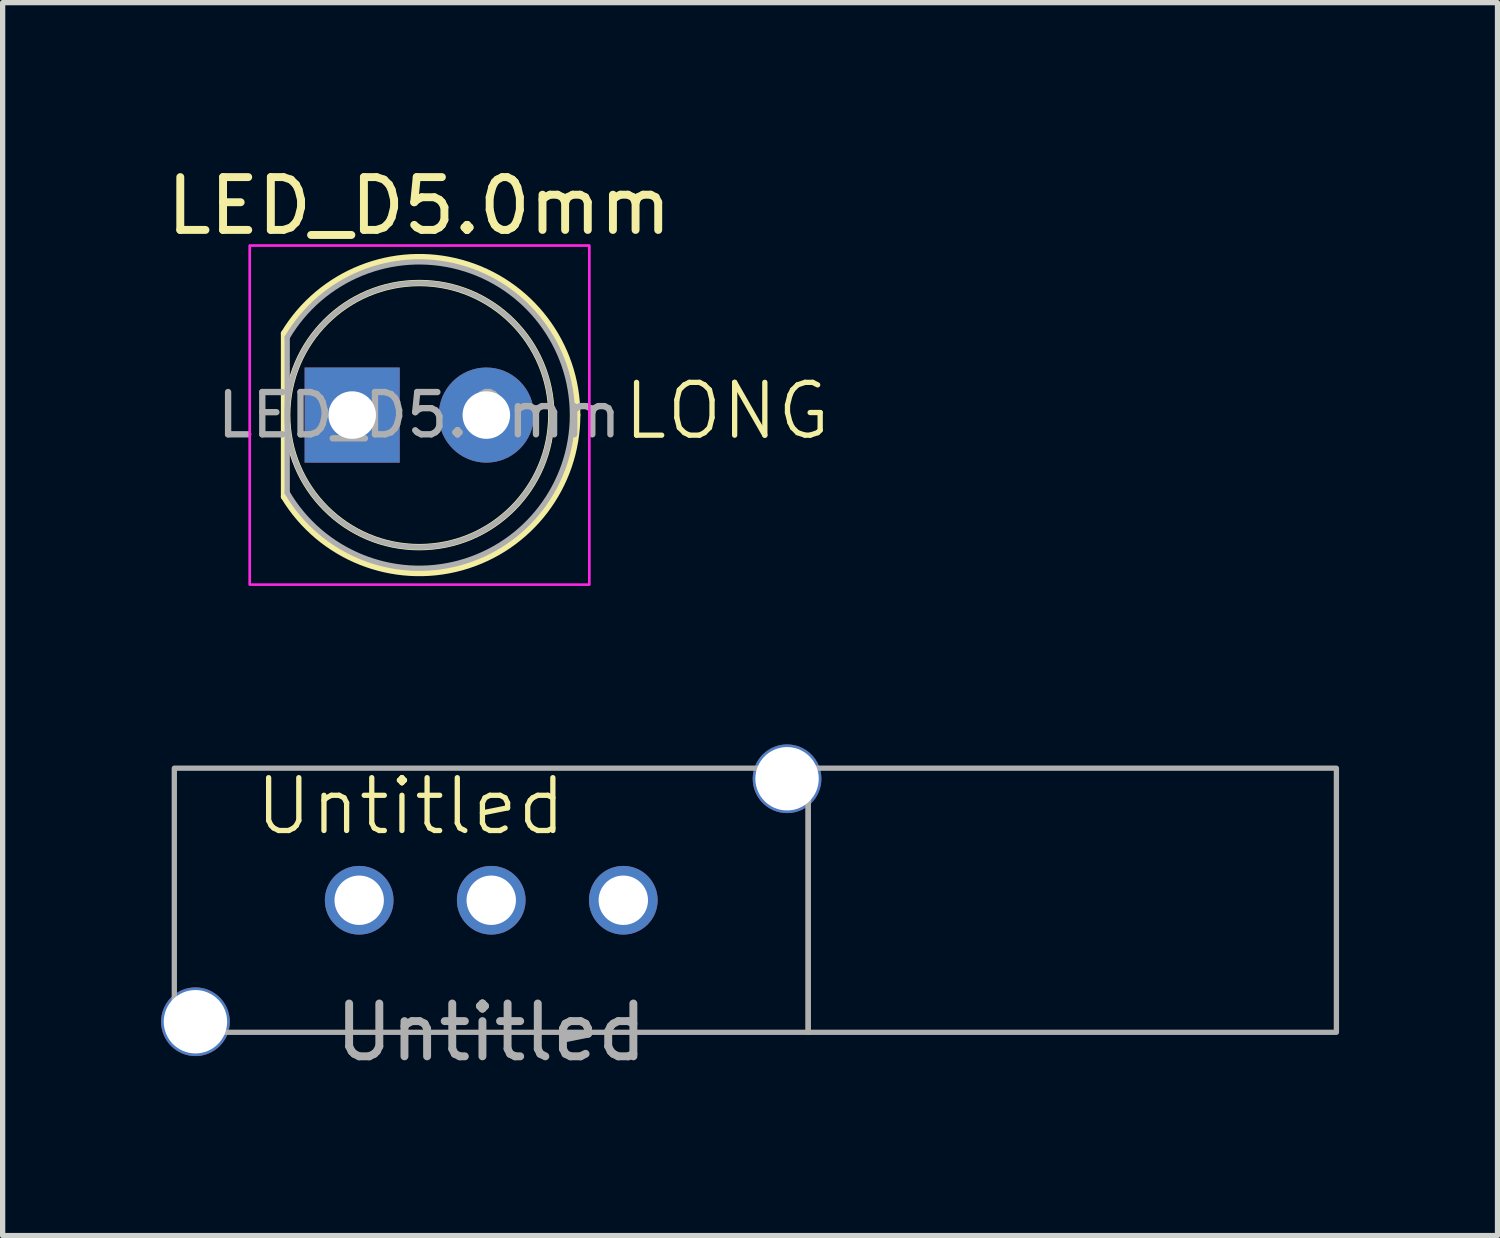
<source format=kicad_pcb>
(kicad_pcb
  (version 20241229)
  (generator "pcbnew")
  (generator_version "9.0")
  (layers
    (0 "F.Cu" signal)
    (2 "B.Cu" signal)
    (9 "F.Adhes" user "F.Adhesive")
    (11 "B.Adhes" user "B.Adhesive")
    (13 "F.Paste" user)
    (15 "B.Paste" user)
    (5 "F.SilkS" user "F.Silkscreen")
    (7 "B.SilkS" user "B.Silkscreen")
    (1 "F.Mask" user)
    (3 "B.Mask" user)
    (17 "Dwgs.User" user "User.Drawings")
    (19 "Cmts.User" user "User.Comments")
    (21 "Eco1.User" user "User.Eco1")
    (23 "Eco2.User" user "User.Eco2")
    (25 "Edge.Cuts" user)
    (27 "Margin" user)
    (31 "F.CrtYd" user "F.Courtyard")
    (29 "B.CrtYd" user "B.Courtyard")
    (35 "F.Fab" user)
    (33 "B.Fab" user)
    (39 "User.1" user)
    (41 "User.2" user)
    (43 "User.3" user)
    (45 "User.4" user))
  (footprint "Untitled"
    (layer "F.Cu")
    (at 6.25 13.993)
    (property "Reference" "Untitled" (at -1.524 -1.778 0) (unlocked yes) (layer "F.SilkS") (effects (font (size 1 1) (thickness 0.1))))
    (attr through_hole)
    (fp_rect (start -6 -2.5) (end 6 2.5) (stroke (width 0.1) (type solid)) (fill no) (layer "F.Fab"))
    (fp_rect (start 6 -2.5) (end 16 2.5) (stroke (width 0.1) (type solid)) (fill no) (layer "F.Fab"))
    (fp_text user "${REFERENCE}" (at 0 2.5 0) (unlocked yes) (layer "F.Fab") (effects (font (size 1 1) (thickness 0.15))))
    (pad "1" thru_hole circle (at 0 0) (size 1.3 1.3) (drill 0.935) (layers "*.Cu" "*.Mask"))
    (pad "2" thru_hole circle (at 2.5 0) (size 1.3 1.3) (drill 0.935) (layers "*.Cu" "*.Mask"))
    (pad "3" thru_hole circle (at -2.5 0) (size 1.3 1.3) (drill 0.935) (layers "*.Cu" "*.Mask"))
    (pad "4" thru_hole circle (at 5.6 -2.3) (size 1.3 1.3) (drill 1.2) (layers "*.Cu" "*.Mask"))
    (pad "5" thru_hole circle (at -5.6 2.3) (size 1.3 1.3) (drill 1.2) (layers "*.Cu" "*.Mask")))
  (footprint "LED_D5.0mm"
    (layer "F.Cu")
    (at 3.617 4.808)
    (property "Reference" "LED_D5.0mm" (at 1.27 -3.96 0) (layer "F.SilkS") (effects (font (size 1 1) (thickness 0.15))))
    (attr through_hole)
    (fp_line (start -1.29 -1.545) (end -1.29 1.545) (stroke (width 0.12) (type solid)) (layer "F.SilkS"))
    (fp_arc (start -1.29 -1.54483) (mid 2.071779 -2.880495) (end 4.26 0) (stroke (width 0.12) (type solid)) (layer "F.SilkS"))
    (fp_arc (start 4.26 0) (mid 2.071779 2.880495) (end -1.29 1.54483) (stroke (width 0.12) (type solid)) (layer "F.SilkS"))
    (fp_circle (center 1.27 0) (end 3.77 0) (stroke (width 0.12) (type solid)) (fill no) (layer "F.SilkS"))
    (fp_rect (start -1.94 -3.21) (end 4.49 3.21) (stroke (width 0.05) (type solid)) (fill no) (layer "F.CrtYd"))
    (fp_line (start -1.23 -1.47) (end -1.23 1.47) (stroke (width 0.1) (type solid)) (layer "F.Fab"))
    (fp_arc (start -1.23 -1.469694) (mid 4.17 0) (end -1.23 1.469694) (stroke (width 0.1) (type solid)) (layer "F.Fab"))
    (fp_circle (center 1.27 0) (end 3.77 0) (stroke (width 0.1) (type solid)) (fill no) (layer "F.Fab"))
    (fp_text user "LONG" (at 5.08 0.508 0) (unlocked yes) (layer "F.SilkS") (effects (font (size 1 1) (thickness 0.1)) (justify left bottom)))
    (fp_text user "${REFERENCE}" (at 1.27 0 0) (layer "F.Fab") (effects (font (size 0.8 0.8) (thickness 0.12))))
    (pad "1" thru_hole rect (at 0 0) (size 1.8 1.8) (drill 0.9) (layers "*.Cu" "*.Mask"))
    (pad "2" thru_hole circle (at 2.54 0) (size 1.8 1.8) (drill 0.9) (layers "*.Cu" "*.Mask")))
  (gr_rect
    (start -3 -3)
    (end 25.3 20.341)
    (stroke (width 0.1) (type default))
    (fill no)
    (layer "Edge.Cuts")))
</source>
